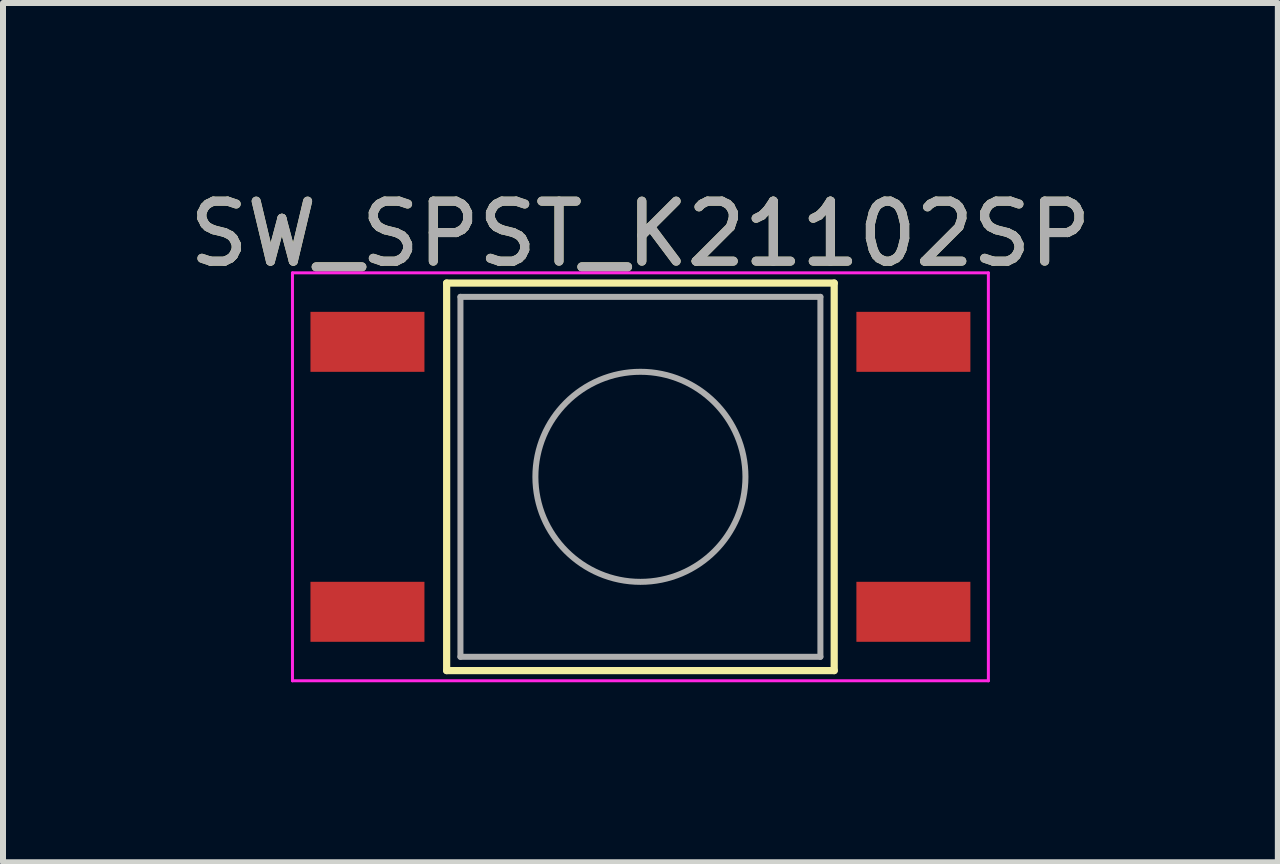
<source format=kicad_pcb>
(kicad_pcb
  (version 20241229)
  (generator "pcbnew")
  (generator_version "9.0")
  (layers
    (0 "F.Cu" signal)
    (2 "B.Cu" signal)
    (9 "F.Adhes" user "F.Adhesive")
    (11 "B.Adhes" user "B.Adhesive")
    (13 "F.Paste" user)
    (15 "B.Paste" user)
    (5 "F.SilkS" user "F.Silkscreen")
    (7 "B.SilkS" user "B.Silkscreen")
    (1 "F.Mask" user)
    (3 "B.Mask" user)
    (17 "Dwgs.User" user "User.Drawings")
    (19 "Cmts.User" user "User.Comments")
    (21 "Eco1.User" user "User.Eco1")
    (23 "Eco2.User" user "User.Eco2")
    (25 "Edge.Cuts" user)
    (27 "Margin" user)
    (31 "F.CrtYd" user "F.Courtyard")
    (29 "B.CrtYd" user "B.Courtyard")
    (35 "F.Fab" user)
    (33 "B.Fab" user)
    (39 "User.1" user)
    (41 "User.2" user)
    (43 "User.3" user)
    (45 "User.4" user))
  (footprint "SW_SPST_K21102SP"
    (layer "F.Cu")
    (at 7.625 4.898)
    (property "Reference" "SW_SPST_K21102SP" (at 0 -4.05 0) (layer "F.SilkS") (effects (font (size 1 1) (thickness 0.15))))
    (attr smd)
    (fp_line (start -3.23 -3.23) (end -3.23 3.23) (stroke (width 0.12) (type solid)) (layer "F.SilkS"))
    (fp_line (start -3.23 3.23) (end 3.23 3.23) (stroke (width 0.12) (type solid)) (layer "F.SilkS"))
    (fp_line (start 3.23 -3.23) (end -3.23 -3.23) (stroke (width 0.12) (type solid)) (layer "F.SilkS"))
    (fp_line (start 3.23 3.23) (end 3.23 -3.23) (stroke (width 0.12) (type solid)) (layer "F.SilkS"))
    (fp_line (start -5.8 -3.4) (end -5.8 3.4) (stroke (width 0.05) (type solid)) (layer "F.CrtYd"))
    (fp_line (start -5.8 -3.4) (end 5.8 -3.4) (stroke (width 0.05) (type solid)) (layer "F.CrtYd"))
    (fp_line (start -5.8 3.4) (end 5.8 3.4) (stroke (width 0.05) (type solid)) (layer "F.CrtYd"))
    (fp_line (start 5.8 3.4) (end 5.8 -3.4) (stroke (width 0.05) (type solid)) (layer "F.CrtYd"))
    (fp_line (start -3 -3) (end -3 3) (stroke (width 0.1) (type solid)) (layer "F.Fab"))
    (fp_line (start -3 3) (end 3 3) (stroke (width 0.1) (type solid)) (layer "F.Fab"))
    (fp_line (start 3 -3) (end -3 -3) (stroke (width 0.1) (type solid)) (layer "F.Fab"))
    (fp_line (start 3 3) (end 3 -3) (stroke (width 0.1) (type solid)) (layer "F.Fab"))
    (fp_circle (center 0 0) (end 1.75 -0.05) (stroke (width 0.1) (type solid)) (fill no) (layer "F.Fab"))
    (fp_text user "${REFERENCE}" (at 0 -4.05 0) (layer "F.Fab") (effects (font (size 1 1) (thickness 0.15))))
    (pad "1" smd rect (at -4.55 -2.25) (size 1.9 1) (layers "F.Cu" "F.Mask" "F.Paste"))
    (pad "1" smd rect (at 4.55 -2.25) (size 1.9 1) (layers "F.Cu" "F.Mask" "F.Paste"))
    (pad "2" smd rect (at -4.55 2.25) (size 1.9 1) (layers "F.Cu" "F.Mask" "F.Paste"))
    (pad "2" smd rect (at 4.55 2.25) (size 1.9 1) (layers "F.Cu" "F.Mask" "F.Paste")))
  (gr_rect
    (start -3 -3)
    (end 18.25 11.323)
    (stroke (width 0.1) (type default))
    (fill no)
    (layer "Edge.Cuts")))
</source>
